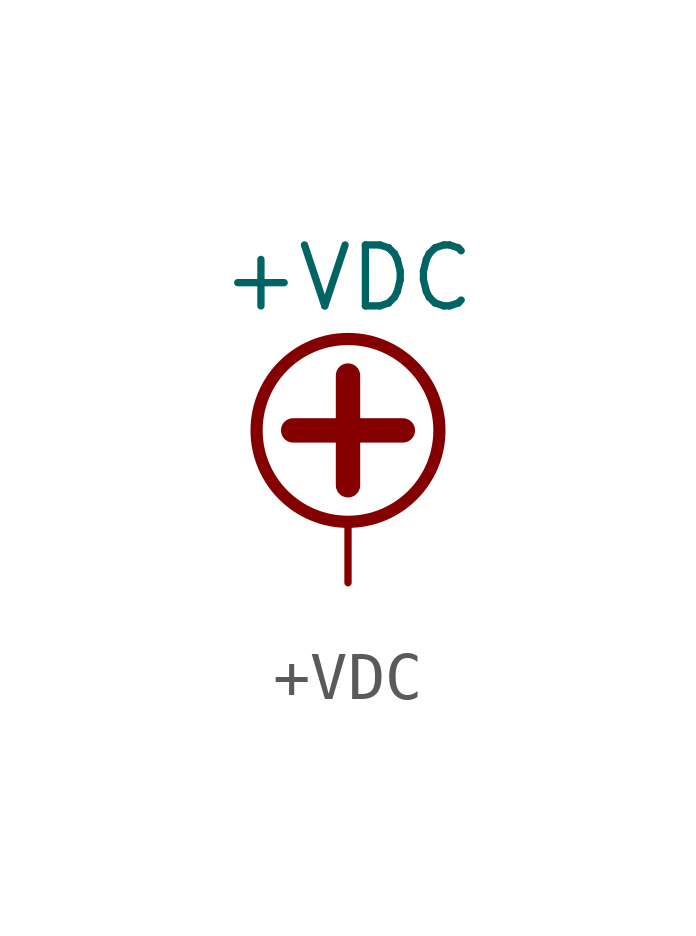
<source format=kicad_sym>
(kicad_symbol_lib
  (version 20211014)
  (generator kicad_symbol_editor)
  (symbol "power1:+VDC"
    (power)
    (pin_names
      (offset 0))
    (property "Reference" "#PWR"
      (at 0 -2.54 0)
      (effects (font (size 1.27 1.27)) hide))
    (property "Value" "+VDC"
      (at 0 6.35 0)
      (effects (font (size 1.27 1.27))))
    (symbol "+VDC_0_1"
      (polyline (pts (xy -1.143 3.175) (xy 1.143 3.175)) (stroke (width 0.508) (type default) (color 0 0 0 0)) (fill (type none)))
      (polyline (pts (xy 0 0) (xy 0 1.27)) (stroke (width 0) (type default) (color 0 0 0 0)) (fill (type none)))
      (polyline (pts (xy 0 2.032) (xy 0 4.318)) (stroke (width 0.508) (type default) (color 0 0 0 0)) (fill (type none)))
      (circle (center 0 3.175) (radius 1.905) (stroke (width 0.254) (type default) (color 0 0 0 0)) (fill (type none))))
    (symbol "+VDC_1_1"
      (pin power_in line (at 0 0 90) (length 0) hide (name "+VDC" (effects (font (size 1.27 1.27)))) (number "1" (effects (font (size 1.27 1.27))))))))
</source>
